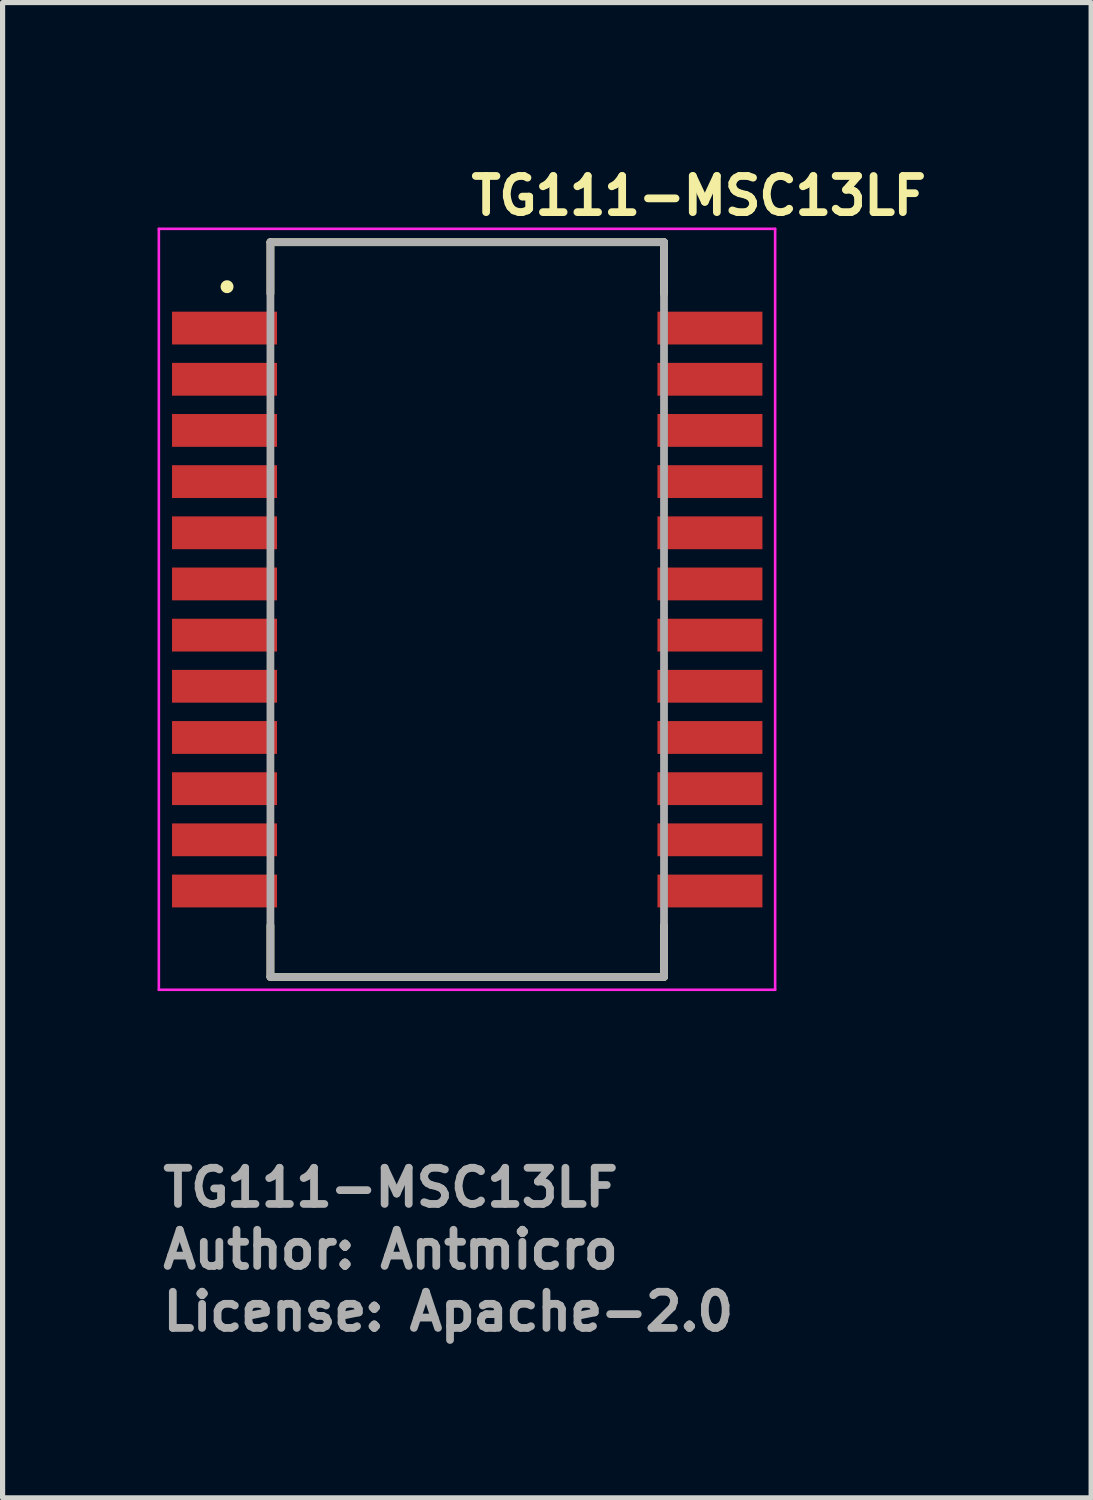
<source format=kicad_pcb>
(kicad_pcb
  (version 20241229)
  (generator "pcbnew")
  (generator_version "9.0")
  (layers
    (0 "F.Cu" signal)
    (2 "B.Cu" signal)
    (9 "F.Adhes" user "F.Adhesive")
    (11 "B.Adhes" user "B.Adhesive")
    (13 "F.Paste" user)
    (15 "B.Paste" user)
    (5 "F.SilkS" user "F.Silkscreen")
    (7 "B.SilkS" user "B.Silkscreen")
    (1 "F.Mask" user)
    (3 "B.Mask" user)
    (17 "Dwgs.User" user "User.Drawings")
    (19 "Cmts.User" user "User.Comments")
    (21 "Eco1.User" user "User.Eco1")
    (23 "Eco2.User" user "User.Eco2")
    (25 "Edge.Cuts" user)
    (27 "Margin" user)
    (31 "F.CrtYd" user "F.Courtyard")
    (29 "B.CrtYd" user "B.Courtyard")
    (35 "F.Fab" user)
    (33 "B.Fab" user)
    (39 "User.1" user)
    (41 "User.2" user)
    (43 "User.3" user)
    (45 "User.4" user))
  (footprint "TG111-MSC13LF"
    (layer "F.Cu")
    (at 5.995 8.75)
    (property "Reference" "TG111-MSC13LF" (at 0 -7.6 0) (layer "F.SilkS") (effects (font (size 0.7 0.7) (thickness 0.15)) (justify left bottom)))
    (attr smd)
    (fp_line (start -3.81 -7.112) (end 3.809 -7.112) (stroke (width 0.15) (type solid)) (layer "F.SilkS"))
    (fp_line (start -3.81 -6.116) (end -3.81 -7.112) (stroke (width 0.15) (type solid)) (layer "F.SilkS"))
    (fp_line (start -3.81 7.111) (end -3.81 6.115) (stroke (width 0.15) (type solid)) (layer "F.SilkS"))
    (fp_line (start 3.809 -7.112) (end 3.809 -6.116) (stroke (width 0.15) (type solid)) (layer "F.SilkS"))
    (fp_line (start 3.809 7.111) (end -3.81 7.111) (stroke (width 0.15) (type solid)) (layer "F.SilkS"))
    (fp_line (start 3.809 7.111) (end 3.809 6.115) (stroke (width 0.15) (type solid)) (layer "F.SilkS"))
    (fp_circle (center -4.65 -6.25) (end -4.6 -6.25) (stroke (width 0.15) (type solid)) (fill yes) (layer "F.SilkS"))
    (fp_line (start -5.97 -7.37) (end -5.97 7.36) (stroke (width 0.05) (type solid)) (layer "F.CrtYd"))
    (fp_line (start -5.97 7.36) (end 5.96 7.36) (stroke (width 0.05) (type solid)) (layer "F.CrtYd"))
    (fp_line (start 5.96 -7.37) (end -5.97 -7.37) (stroke (width 0.05) (type solid)) (layer "F.CrtYd"))
    (fp_line (start 5.96 7.36) (end 5.96 -7.37) (stroke (width 0.05) (type solid)) (layer "F.CrtYd"))
    (fp_line (start -3.81 -7.112) (end 3.809 -7.112) (stroke (width 0.15) (type solid)) (layer "F.Fab"))
    (fp_line (start -3.81 7.111) (end -3.81 -7.112) (stroke (width 0.15) (type solid)) (layer "F.Fab"))
    (fp_line (start 3.809 -7.112) (end 3.809 7.111) (stroke (width 0.15) (type solid)) (layer "F.Fab"))
    (fp_line (start 3.809 7.111) (end -3.81 7.111) (stroke (width 0.15) (type solid)) (layer "F.Fab"))
    (fp_line (start -5.46 -5.64) (end -5.46 -5.23) (stroke (width 0.1) (type solid)) (layer "User.9"))
    (fp_line (start -5.46 -5.64) (end -5.043 -5.64) (stroke (width 0.1) (type solid)) (layer "User.9"))
    (fp_line (start -5.46 -5.23) (end -5.043 -5.23) (stroke (width 0.1) (type solid)) (layer "User.9"))
    (fp_line (start -5.46 -4.65) (end -5.46 -4.24) (stroke (width 0.1) (type solid)) (layer "User.9"))
    (fp_line (start -5.46 -4.65) (end -5.043 -4.65) (stroke (width 0.1) (type solid)) (layer "User.9"))
    (fp_line (start -5.46 -4.24) (end -5.043 -4.24) (stroke (width 0.1) (type solid)) (layer "User.9"))
    (fp_line (start -5.46 -3.66) (end -5.46 -3.25) (stroke (width 0.1) (type solid)) (layer "User.9"))
    (fp_line (start -5.46 -3.66) (end -5.043 -3.66) (stroke (width 0.1) (type solid)) (layer "User.9"))
    (fp_line (start -5.46 -3.25) (end -5.043 -3.25) (stroke (width 0.1) (type solid)) (layer "User.9"))
    (fp_line (start -5.46 -2.67) (end -5.46 -2.26) (stroke (width 0.1) (type solid)) (layer "User.9"))
    (fp_line (start -5.46 -2.67) (end -5.043 -2.67) (stroke (width 0.1) (type solid)) (layer "User.9"))
    (fp_line (start -5.46 -2.26) (end -5.043 -2.26) (stroke (width 0.1) (type solid)) (layer "User.9"))
    (fp_line (start -5.46 -1.68) (end -5.46 -1.27) (stroke (width 0.1) (type solid)) (layer "User.9"))
    (fp_line (start -5.46 -1.68) (end -5.043 -1.68) (stroke (width 0.1) (type solid)) (layer "User.9"))
    (fp_line (start -5.46 -1.27) (end -5.043 -1.27) (stroke (width 0.1) (type solid)) (layer "User.9"))
    (fp_line (start -5.46 -0.69) (end -5.46 -0.28) (stroke (width 0.1) (type solid)) (layer "User.9"))
    (fp_line (start -5.46 -0.69) (end -5.043 -0.69) (stroke (width 0.1) (type solid)) (layer "User.9"))
    (fp_line (start -5.46 -0.28) (end -5.043 -0.28) (stroke (width 0.1) (type solid)) (layer "User.9"))
    (fp_line (start -5.46 0.3) (end -5.46 0.71) (stroke (width 0.1) (type solid)) (layer "User.9"))
    (fp_line (start -5.46 0.3) (end -5.043 0.3) (stroke (width 0.1) (type solid)) (layer "User.9"))
    (fp_line (start -5.46 0.71) (end -5.043 0.71) (stroke (width 0.1) (type solid)) (layer "User.9"))
    (fp_line (start -5.46 1.29) (end -5.46 1.7) (stroke (width 0.1) (type solid)) (layer "User.9"))
    (fp_line (start -5.46 1.29) (end -5.043 1.29) (stroke (width 0.1) (type solid)) (layer "User.9"))
    (fp_line (start -5.46 1.7) (end -5.043 1.7) (stroke (width 0.1) (type solid)) (layer "User.9"))
    (fp_line (start -5.46 2.28) (end -5.46 2.69) (stroke (width 0.1) (type solid)) (layer "User.9"))
    (fp_line (start -5.46 2.28) (end -5.043 2.28) (stroke (width 0.1) (type solid)) (layer "User.9"))
    (fp_line (start -5.46 2.69) (end -5.043 2.69) (stroke (width 0.1) (type solid)) (layer "User.9"))
    (fp_line (start -5.46 3.27) (end -5.46 3.68) (stroke (width 0.1) (type solid)) (layer "User.9"))
    (fp_line (start -5.46 3.27) (end -5.043 3.27) (stroke (width 0.1) (type solid)) (layer "User.9"))
    (fp_line (start -5.46 3.68) (end -5.043 3.68) (stroke (width 0.1) (type solid)) (layer "User.9"))
    (fp_line (start -5.46 4.26) (end -5.46 4.67) (stroke (width 0.1) (type solid)) (layer "User.9"))
    (fp_line (start -5.46 4.26) (end -5.043 4.26) (stroke (width 0.1) (type solid)) (layer "User.9"))
    (fp_line (start -5.46 4.67) (end -5.043 4.67) (stroke (width 0.1) (type solid)) (layer "User.9"))
    (fp_line (start -5.46 5.25) (end -5.46 5.66) (stroke (width 0.1) (type solid)) (layer "User.9"))
    (fp_line (start -5.46 5.25) (end -5.043 5.25) (stroke (width 0.1) (type solid)) (layer "User.9"))
    (fp_line (start -5.46 5.66) (end -5.043 5.66) (stroke (width 0.1) (type solid)) (layer "User.9"))
    (fp_line (start -5.043 -5.64) (end -5.043 -5.23) (stroke (width 0.1) (type solid)) (layer "User.9"))
    (fp_line (start -5.043 -5.64) (end -4.541 -5.64) (stroke (width 0.1) (type solid)) (layer "User.9"))
    (fp_line (start -5.043 -5.23) (end -4.541 -5.23) (stroke (width 0.1) (type solid)) (layer "User.9"))
    (fp_line (start -5.043 -4.65) (end -5.043 -4.24) (stroke (width 0.1) (type solid)) (layer "User.9"))
    (fp_line (start -5.043 -4.65) (end -4.541 -4.65) (stroke (width 0.1) (type solid)) (layer "User.9"))
    (fp_line (start -5.043 -4.24) (end -4.541 -4.24) (stroke (width 0.1) (type solid)) (layer "User.9"))
    (fp_line (start -5.043 -3.66) (end -5.043 -3.25) (stroke (width 0.1) (type solid)) (layer "User.9"))
    (fp_line (start -5.043 -3.66) (end -4.541 -3.66) (stroke (width 0.1) (type solid)) (layer "User.9"))
    (fp_line (start -5.043 -3.25) (end -4.541 -3.25) (stroke (width 0.1) (type solid)) (layer "User.9"))
    (fp_line (start -5.043 -2.67) (end -5.043 -2.26) (stroke (width 0.1) (type solid)) (layer "User.9"))
    (fp_line (start -5.043 -2.67) (end -4.541 -2.67) (stroke (width 0.1) (type solid)) (layer "User.9"))
    (fp_line (start -5.043 -2.26) (end -4.541 -2.26) (stroke (width 0.1) (type solid)) (layer "User.9"))
    (fp_line (start -5.043 -1.68) (end -5.043 -1.27) (stroke (width 0.1) (type solid)) (layer "User.9"))
    (fp_line (start -5.043 -1.68) (end -4.541 -1.68) (stroke (width 0.1) (type solid)) (layer "User.9"))
    (fp_line (start -5.043 -1.27) (end -4.541 -1.27) (stroke (width 0.1) (type solid)) (layer "User.9"))
    (fp_line (start -5.043 -0.69) (end -5.043 -0.28) (stroke (width 0.1) (type solid)) (layer "User.9"))
    (fp_line (start -5.043 -0.69) (end -4.541 -0.69) (stroke (width 0.1) (type solid)) (layer "User.9"))
    (fp_line (start -5.043 -0.28) (end -4.541 -0.28) (stroke (width 0.1) (type solid)) (layer "User.9"))
    (fp_line (start -5.043 0.3) (end -5.043 0.71) (stroke (width 0.1) (type solid)) (layer "User.9"))
    (fp_line (start -5.043 0.3) (end -4.541 0.3) (stroke (width 0.1) (type solid)) (layer "User.9"))
    (fp_line (start -5.043 0.71) (end -4.541 0.71) (stroke (width 0.1) (type solid)) (layer "User.9"))
    (fp_line (start -5.043 1.29) (end -5.043 1.7) (stroke (width 0.1) (type solid)) (layer "User.9"))
    (fp_line (start -5.043 1.29) (end -4.541 1.29) (stroke (width 0.1) (type solid)) (layer "User.9"))
    (fp_line (start -5.043 1.7) (end -4.541 1.7) (stroke (width 0.1) (type solid)) (layer "User.9"))
    (fp_line (start -5.043 2.28) (end -5.043 2.69) (stroke (width 0.1) (type solid)) (layer "User.9"))
    (fp_line (start -5.043 2.28) (end -4.541 2.28) (stroke (width 0.1) (type solid)) (layer "User.9"))
    (fp_line (start -5.043 2.69) (end -4.541 2.69) (stroke (width 0.1) (type solid)) (layer "User.9"))
    (fp_line (start -5.043 3.27) (end -5.043 3.68) (stroke (width 0.1) (type solid)) (layer "User.9"))
    (fp_line (start -5.043 3.27) (end -4.541 3.27) (stroke (width 0.1) (type solid)) (layer "User.9"))
    (fp_line (start -5.043 3.68) (end -4.541 3.68) (stroke (width 0.1) (type solid)) (layer "User.9"))
    (fp_line (start -5.043 4.26) (end -5.043 4.67) (stroke (width 0.1) (type solid)) (layer "User.9"))
    (fp_line (start -5.043 4.26) (end -4.541 4.26) (stroke (width 0.1) (type solid)) (layer "User.9"))
    (fp_line (start -5.043 4.67) (end -4.541 4.67) (stroke (width 0.1) (type solid)) (layer "User.9"))
    (fp_line (start -5.043 5.25) (end -5.043 5.66) (stroke (width 0.1) (type solid)) (layer "User.9"))
    (fp_line (start -5.043 5.25) (end -4.541 5.25) (stroke (width 0.1) (type solid)) (layer "User.9"))
    (fp_line (start -5.043 5.66) (end -4.541 5.66) (stroke (width 0.1) (type solid)) (layer "User.9"))
    (fp_line (start -4.541 -5.64) (end -4.45 -5.64) (stroke (width 0.1) (type solid)) (layer "User.9"))
    (fp_line (start -4.541 -5.23) (end -4.45 -5.23) (stroke (width 0.1) (type solid)) (layer "User.9"))
    (fp_line (start -4.541 -4.65) (end -4.45 -4.65) (stroke (width 0.1) (type solid)) (layer "User.9"))
    (fp_line (start -4.541 -4.24) (end -4.45 -4.24) (stroke (width 0.1) (type solid)) (layer "User.9"))
    (fp_line (start -4.541 -3.66) (end -4.45 -3.66) (stroke (width 0.1) (type solid)) (layer "User.9"))
    (fp_line (start -4.541 -3.25) (end -4.45 -3.25) (stroke (width 0.1) (type solid)) (layer "User.9"))
    (fp_line (start -4.541 -2.67) (end -4.45 -2.67) (stroke (width 0.1) (type solid)) (layer "User.9"))
    (fp_line (start -4.541 -2.26) (end -4.45 -2.26) (stroke (width 0.1) (type solid)) (layer "User.9"))
    (fp_line (start -4.541 -1.68) (end -4.45 -1.68) (stroke (width 0.1) (type solid)) (layer "User.9"))
    (fp_line (start -4.541 -1.27) (end -4.45 -1.27) (stroke (width 0.1) (type solid)) (layer "User.9"))
    (fp_line (start -4.541 -0.69) (end -4.45 -0.69) (stroke (width 0.1) (type solid)) (layer "User.9"))
    (fp_line (start -4.541 -0.28) (end -4.45 -0.28) (stroke (width 0.1) (type solid)) (layer "User.9"))
    (fp_line (start -4.541 0.3) (end -4.45 0.3) (stroke (width 0.1) (type solid)) (layer "User.9"))
    (fp_line (start -4.541 0.71) (end -4.45 0.71) (stroke (width 0.1) (type solid)) (layer "User.9"))
    (fp_line (start -4.541 1.29) (end -4.45 1.29) (stroke (width 0.1) (type solid)) (layer "User.9"))
    (fp_line (start -4.541 1.7) (end -4.45 1.7) (stroke (width 0.1) (type solid)) (layer "User.9"))
    (fp_line (start -4.541 2.28) (end -4.45 2.28) (stroke (width 0.1) (type solid)) (layer "User.9"))
    (fp_line (start -4.541 2.69) (end -4.45 2.69) (stroke (width 0.1) (type solid)) (layer "User.9"))
    (fp_line (start -4.541 3.27) (end -4.45 3.27) (stroke (width 0.1) (type solid)) (layer "User.9"))
    (fp_line (start -4.541 3.68) (end -4.45 3.68) (stroke (width 0.1) (type solid)) (layer "User.9"))
    (fp_line (start -4.541 4.26) (end -4.45 4.26) (stroke (width 0.1) (type solid)) (layer "User.9"))
    (fp_line (start -4.541 4.67) (end -4.45 4.67) (stroke (width 0.1) (type solid)) (layer "User.9"))
    (fp_line (start -4.541 5.25) (end -4.45 5.25) (stroke (width 0.1) (type solid)) (layer "User.9"))
    (fp_line (start -4.541 5.66) (end -4.45 5.66) (stroke (width 0.1) (type solid)) (layer "User.9"))
    (fp_line (start -4.45 -5.64) (end -4.45 -5.23) (stroke (width 0.1) (type solid)) (layer "User.9"))
    (fp_line (start -4.45 -5.64) (end -3.81 -5.64) (stroke (width 0.1) (type solid)) (layer "User.9"))
    (fp_line (start -4.45 -5.23) (end -3.81 -5.23) (stroke (width 0.1) (type solid)) (layer "User.9"))
    (fp_line (start -4.45 -4.65) (end -4.45 -4.24) (stroke (width 0.1) (type solid)) (layer "User.9"))
    (fp_line (start -4.45 -4.65) (end -3.81 -4.65) (stroke (width 0.1) (type solid)) (layer "User.9"))
    (fp_line (start -4.45 -4.24) (end -3.81 -4.24) (stroke (width 0.1) (type solid)) (layer "User.9"))
    (fp_line (start -4.45 -3.66) (end -4.45 -3.25) (stroke (width 0.1) (type solid)) (layer "User.9"))
    (fp_line (start -4.45 -3.66) (end -3.81 -3.66) (stroke (width 0.1) (type solid)) (layer "User.9"))
    (fp_line (start -4.45 -3.25) (end -3.81 -3.25) (stroke (width 0.1) (type solid)) (layer "User.9"))
    (fp_line (start -4.45 -2.67) (end -4.45 -2.26) (stroke (width 0.1) (type solid)) (layer "User.9"))
    (fp_line (start -4.45 -2.67) (end -3.81 -2.67) (stroke (width 0.1) (type solid)) (layer "User.9"))
    (fp_line (start -4.45 -2.26) (end -3.81 -2.26) (stroke (width 0.1) (type solid)) (layer "User.9"))
    (fp_line (start -4.45 -1.68) (end -4.45 -1.27) (stroke (width 0.1) (type solid)) (layer "User.9"))
    (fp_line (start -4.45 -1.68) (end -3.81 -1.68) (stroke (width 0.1) (type solid)) (layer "User.9"))
    (fp_line (start -4.45 -1.27) (end -3.81 -1.27) (stroke (width 0.1) (type solid)) (layer "User.9"))
    (fp_line (start -4.45 -0.69) (end -4.45 -0.28) (stroke (width 0.1) (type solid)) (layer "User.9"))
    (fp_line (start -4.45 -0.69) (end -3.81 -0.69) (stroke (width 0.1) (type solid)) (layer "User.9"))
    (fp_line (start -4.45 -0.28) (end -3.81 -0.28) (stroke (width 0.1) (type solid)) (layer "User.9"))
    (fp_line (start -4.45 0.3) (end -4.45 0.71) (stroke (width 0.1) (type solid)) (layer "User.9"))
    (fp_line (start -4.45 0.3) (end -3.81 0.3) (stroke (width 0.1) (type solid)) (layer "User.9"))
    (fp_line (start -4.45 0.71) (end -3.81 0.71) (stroke (width 0.1) (type solid)) (layer "User.9"))
    (fp_line (start -4.45 1.29) (end -4.45 1.7) (stroke (width 0.1) (type solid)) (layer "User.9"))
    (fp_line (start -4.45 1.29) (end -3.81 1.29) (stroke (width 0.1) (type solid)) (layer "User.9"))
    (fp_line (start -4.45 1.7) (end -3.81 1.7) (stroke (width 0.1) (type solid)) (layer "User.9"))
    (fp_line (start -4.45 2.28) (end -4.45 2.69) (stroke (width 0.1) (type solid)) (layer "User.9"))
    (fp_line (start -4.45 2.28) (end -3.81 2.28) (stroke (width 0.1) (type solid)) (layer "User.9"))
    (fp_line (start -4.45 2.69) (end -3.81 2.69) (stroke (width 0.1) (type solid)) (layer "User.9"))
    (fp_line (start -4.45 3.27) (end -4.45 3.68) (stroke (width 0.1) (type solid)) (layer "User.9"))
    (fp_line (start -4.45 3.27) (end -3.81 3.27) (stroke (width 0.1) (type solid)) (layer "User.9"))
    (fp_line (start -4.45 3.68) (end -3.81 3.68) (stroke (width 0.1) (type solid)) (layer "User.9"))
    (fp_line (start -4.45 4.26) (end -4.45 4.67) (stroke (width 0.1) (type solid)) (layer "User.9"))
    (fp_line (start -4.45 4.26) (end -3.81 4.26) (stroke (width 0.1) (type solid)) (layer "User.9"))
    (fp_line (start -4.45 4.67) (end -3.81 4.67) (stroke (width 0.1) (type solid)) (layer "User.9"))
    (fp_line (start -4.45 5.25) (end -4.45 5.66) (stroke (width 0.1) (type solid)) (layer "User.9"))
    (fp_line (start -4.45 5.25) (end -3.81 5.25) (stroke (width 0.1) (type solid)) (layer "User.9"))
    (fp_line (start -4.45 5.66) (end -3.81 5.66) (stroke (width 0.1) (type solid)) (layer "User.9"))
    (fp_line (start -3.81 -6.595) (end -3.81 6.625) (stroke (width 0.1) (type solid)) (layer "User.9"))
    (fp_line (start -3.81 -6.595) (end -3.806 -6.655) (stroke (width 0.1) (type solid)) (layer "User.9"))
    (fp_line (start -3.81 -6.595) (end -3.806 -6.655) (stroke (width 0.1) (type solid)) (layer "User.9"))
    (fp_line (start -3.81 6.625) (end -3.806 6.685) (stroke (width 0.1) (type solid)) (layer "User.9"))
    (fp_line (start -3.81 6.625) (end -3.806 6.685) (stroke (width 0.1) (type solid)) (layer "User.9"))
    (fp_line (start -3.807 -6.595) (end -3.81 -6.595) (stroke (width 0.1) (type solid)) (layer "User.9"))
    (fp_line (start -3.807 6.625) (end -3.81 6.625) (stroke (width 0.1) (type solid)) (layer "User.9"))
    (fp_line (start -3.806 -6.655) (end -3.795 -6.715) (stroke (width 0.1) (type solid)) (layer "User.9"))
    (fp_line (start -3.806 -6.655) (end -3.795 -6.715) (stroke (width 0.1) (type solid)) (layer "User.9"))
    (fp_line (start -3.806 6.685) (end -3.795 6.745) (stroke (width 0.1) (type solid)) (layer "User.9"))
    (fp_line (start -3.806 6.685) (end -3.795 6.745) (stroke (width 0.1) (type solid)) (layer "User.9"))
    (fp_line (start -3.797 -6.595) (end -3.807 -6.595) (stroke (width 0.1) (type solid)) (layer "User.9"))
    (fp_line (start -3.797 6.625) (end -3.807 6.625) (stroke (width 0.1) (type solid)) (layer "User.9"))
    (fp_line (start -3.795 -6.715) (end -3.778 -6.772) (stroke (width 0.1) (type solid)) (layer "User.9"))
    (fp_line (start -3.795 -6.715) (end -3.778 -6.772) (stroke (width 0.1) (type solid)) (layer "User.9"))
    (fp_line (start -3.795 6.745) (end -3.778 6.802) (stroke (width 0.1) (type solid)) (layer "User.9"))
    (fp_line (start -3.795 6.745) (end -3.778 6.802) (stroke (width 0.1) (type solid)) (layer "User.9"))
    (fp_line (start -3.782 -6.595) (end -3.797 -6.595) (stroke (width 0.1) (type solid)) (layer "User.9"))
    (fp_line (start -3.782 6.625) (end -3.797 6.625) (stroke (width 0.1) (type solid)) (layer "User.9"))
    (fp_line (start -3.778 -6.772) (end -3.753 -6.827) (stroke (width 0.1) (type solid)) (layer "User.9"))
    (fp_line (start -3.778 -6.772) (end -3.753 -6.827) (stroke (width 0.1) (type solid)) (layer "User.9"))
    (fp_line (start -3.778 6.802) (end -3.753 6.857) (stroke (width 0.1) (type solid)) (layer "User.9"))
    (fp_line (start -3.778 6.802) (end -3.753 6.857) (stroke (width 0.1) (type solid)) (layer "User.9"))
    (fp_line (start -3.76 -6.595) (end -3.782 -6.595) (stroke (width 0.1) (type solid)) (layer "User.9"))
    (fp_line (start -3.76 6.625) (end -3.782 6.625) (stroke (width 0.1) (type solid)) (layer "User.9"))
    (fp_line (start -3.753 -6.827) (end -3.721 -6.879) (stroke (width 0.1) (type solid)) (layer "User.9"))
    (fp_line (start -3.753 -6.827) (end -3.721 -6.879) (stroke (width 0.1) (type solid)) (layer "User.9"))
    (fp_line (start -3.753 6.857) (end -3.721 6.909) (stroke (width 0.1) (type solid)) (layer "User.9"))
    (fp_line (start -3.753 6.857) (end -3.721 6.909) (stroke (width 0.1) (type solid)) (layer "User.9"))
    (fp_line (start -3.733 -6.595) (end -3.76 -6.595) (stroke (width 0.1) (type solid)) (layer "User.9"))
    (fp_line (start -3.733 6.625) (end -3.76 6.625) (stroke (width 0.1) (type solid)) (layer "User.9"))
    (fp_line (start -3.721 -6.879) (end -3.684 -6.927) (stroke (width 0.1) (type solid)) (layer "User.9"))
    (fp_line (start -3.721 -6.879) (end -3.684 -6.927) (stroke (width 0.1) (type solid)) (layer "User.9"))
    (fp_line (start -3.721 6.909) (end -3.684 6.957) (stroke (width 0.1) (type solid)) (layer "User.9"))
    (fp_line (start -3.721 6.909) (end -3.684 6.957) (stroke (width 0.1) (type solid)) (layer "User.9"))
    (fp_line (start -3.701 -6.595) (end -3.733 -6.595) (stroke (width 0.1) (type solid)) (layer "User.9"))
    (fp_line (start -3.701 6.625) (end -3.733 6.625) (stroke (width 0.1) (type solid)) (layer "User.9"))
    (fp_line (start -3.684 -6.927) (end -3.642 -6.969) (stroke (width 0.1) (type solid)) (layer "User.9"))
    (fp_line (start -3.684 -6.927) (end -3.642 -6.969) (stroke (width 0.1) (type solid)) (layer "User.9"))
    (fp_line (start -3.684 6.957) (end -3.642 6.999) (stroke (width 0.1) (type solid)) (layer "User.9"))
    (fp_line (start -3.684 6.957) (end -3.642 6.999) (stroke (width 0.1) (type solid)) (layer "User.9"))
    (fp_line (start -3.664 -6.595) (end -3.701 -6.595) (stroke (width 0.1) (type solid)) (layer "User.9"))
    (fp_line (start -3.664 6.625) (end -3.701 6.625) (stroke (width 0.1) (type solid)) (layer "User.9"))
    (fp_line (start -3.642 -6.969) (end -3.594 -7.006) (stroke (width 0.1) (type solid)) (layer "User.9"))
    (fp_line (start -3.642 -6.969) (end -3.594 -7.006) (stroke (width 0.1) (type solid)) (layer "User.9"))
    (fp_line (start -3.642 6.999) (end -3.594 7.036) (stroke (width 0.1) (type solid)) (layer "User.9"))
    (fp_line (start -3.642 6.999) (end -3.594 7.036) (stroke (width 0.1) (type solid)) (layer "User.9"))
    (fp_line (start -3.622 -6.595) (end -3.664 -6.595) (stroke (width 0.1) (type solid)) (layer "User.9"))
    (fp_line (start -3.622 6.625) (end -3.664 6.625) (stroke (width 0.1) (type solid)) (layer "User.9"))
    (fp_line (start -3.594 -7.006) (end -3.542 -7.038) (stroke (width 0.1) (type solid)) (layer "User.9"))
    (fp_line (start -3.594 -7.006) (end -3.542 -7.038) (stroke (width 0.1) (type solid)) (layer "User.9"))
    (fp_line (start -3.594 7.036) (end -3.542 7.068) (stroke (width 0.1) (type solid)) (layer "User.9"))
    (fp_line (start -3.594 7.036) (end -3.542 7.068) (stroke (width 0.1) (type solid)) (layer "User.9"))
    (fp_line (start -3.576 -6.595) (end -3.622 -6.595) (stroke (width 0.1) (type solid)) (layer "User.9"))
    (fp_line (start -3.576 6.625) (end -3.622 6.625) (stroke (width 0.1) (type solid)) (layer "User.9"))
    (fp_line (start -3.542 -7.038) (end -3.487 -7.063) (stroke (width 0.1) (type solid)) (layer "User.9"))
    (fp_line (start -3.542 -7.038) (end -3.487 -7.063) (stroke (width 0.1) (type solid)) (layer "User.9"))
    (fp_line (start -3.542 7.068) (end -3.487 7.093) (stroke (width 0.1) (type solid)) (layer "User.9"))
    (fp_line (start -3.542 7.068) (end -3.487 7.093) (stroke (width 0.1) (type solid)) (layer "User.9"))
    (fp_line (start -3.527 -6.595) (end -3.576 -6.595) (stroke (width 0.1) (type solid)) (layer "User.9"))
    (fp_line (start -3.527 6.625) (end -3.576 6.625) (stroke (width 0.1) (type solid)) (layer "User.9"))
    (fp_line (start -3.487 -7.063) (end -3.43 -7.08) (stroke (width 0.1) (type solid)) (layer "User.9"))
    (fp_line (start -3.487 -7.063) (end -3.43 -7.08) (stroke (width 0.1) (type solid)) (layer "User.9"))
    (fp_line (start -3.487 7.093) (end -3.43 7.11) (stroke (width 0.1) (type solid)) (layer "User.9"))
    (fp_line (start -3.487 7.093) (end -3.43 7.11) (stroke (width 0.1) (type solid)) (layer "User.9"))
    (fp_line (start -3.475 -6.595) (end -3.527 -6.595) (stroke (width 0.1) (type solid)) (layer "User.9"))
    (fp_line (start -3.475 6.625) (end -3.527 6.625) (stroke (width 0.1) (type solid)) (layer "User.9"))
    (fp_line (start -3.43 -7.08) (end -3.37 -7.091) (stroke (width 0.1) (type solid)) (layer "User.9"))
    (fp_line (start -3.43 -7.08) (end -3.37 -7.091) (stroke (width 0.1) (type solid)) (layer "User.9"))
    (fp_line (start -3.43 7.11) (end -3.37 7.121) (stroke (width 0.1) (type solid)) (layer "User.9"))
    (fp_line (start -3.43 7.11) (end -3.37 7.121) (stroke (width 0.1) (type solid)) (layer "User.9"))
    (fp_line (start -3.421 -6.595) (end -3.475 -6.595) (stroke (width 0.1) (type solid)) (layer "User.9"))
    (fp_line (start -3.421 6.625) (end -3.475 6.625) (stroke (width 0.1) (type solid)) (layer "User.9"))
    (fp_line (start -3.37 -7.091) (end -3.31 -7.095) (stroke (width 0.1) (type solid)) (layer "User.9"))
    (fp_line (start -3.37 -7.091) (end -3.31 -7.095) (stroke (width 0.1) (type solid)) (layer "User.9"))
    (fp_line (start -3.37 7.121) (end -3.31 7.125) (stroke (width 0.1) (type solid)) (layer "User.9"))
    (fp_line (start -3.37 7.121) (end -3.31 7.125) (stroke (width 0.1) (type solid)) (layer "User.9"))
    (fp_line (start -3.366 -6.595) (end -3.421 -6.595) (stroke (width 0.1) (type solid)) (layer "User.9"))
    (fp_line (start -3.366 6.625) (end -3.421 6.625) (stroke (width 0.1) (type solid)) (layer "User.9"))
    (fp_line (start -3.31 -7.092) (end -3.31 -7.095) (stroke (width 0.1) (type solid)) (layer "User.9"))
    (fp_line (start -3.31 -7.082) (end -3.31 -7.092) (stroke (width 0.1) (type solid)) (layer "User.9"))
    (fp_line (start -3.31 -7.067) (end -3.31 -7.082) (stroke (width 0.1) (type solid)) (layer "User.9"))
    (fp_line (start -3.31 -7.045) (end -3.31 -7.067) (stroke (width 0.1) (type solid)) (layer "User.9"))
    (fp_line (start -3.31 -7.018) (end -3.31 -7.045) (stroke (width 0.1) (type solid)) (layer "User.9"))
    (fp_line (start -3.31 -6.986) (end -3.31 -7.018) (stroke (width 0.1) (type solid)) (layer "User.9"))
    (fp_line (start -3.31 -6.949) (end -3.31 -6.986) (stroke (width 0.1) (type solid)) (layer "User.9"))
    (fp_line (start -3.31 -6.907) (end -3.31 -6.949) (stroke (width 0.1) (type solid)) (layer "User.9"))
    (fp_line (start -3.31 -6.861) (end -3.31 -6.907) (stroke (width 0.1) (type solid)) (layer "User.9"))
    (fp_line (start -3.31 -6.812) (end -3.31 -6.861) (stroke (width 0.1) (type solid)) (layer "User.9"))
    (fp_line (start -3.31 -6.76) (end -3.31 -6.812) (stroke (width 0.1) (type solid)) (layer "User.9"))
    (fp_line (start -3.31 -6.706) (end -3.31 -6.76) (stroke (width 0.1) (type solid)) (layer "User.9"))
    (fp_line (start -3.31 -6.651) (end -3.31 -6.706) (stroke (width 0.1) (type solid)) (layer "User.9"))
    (fp_line (start -3.31 -6.595) (end -3.366 -6.595) (stroke (width 0.1) (type solid)) (layer "User.9"))
    (fp_line (start -3.31 -6.595) (end -3.31 -6.651) (stroke (width 0.1) (type solid)) (layer "User.9"))
    (fp_line (start -3.31 -6.595) (end -3.31 6.625) (stroke (width 0.1) (type solid)) (layer "User.9"))
    (fp_line (start -3.31 6.625) (end -3.366 6.625) (stroke (width 0.1) (type solid)) (layer "User.9"))
    (fp_line (start -3.31 6.625) (end -3.31 6.681) (stroke (width 0.1) (type solid)) (layer "User.9"))
    (fp_line (start -3.31 6.625) (end 3.31 6.625) (stroke (width 0.1) (type solid)) (layer "User.9"))
    (fp_line (start -3.31 6.681) (end -3.31 6.736) (stroke (width 0.1) (type solid)) (layer "User.9"))
    (fp_line (start -3.31 6.736) (end -3.31 6.79) (stroke (width 0.1) (type solid)) (layer "User.9"))
    (fp_line (start -3.31 6.79) (end -3.31 6.842) (stroke (width 0.1) (type solid)) (layer "User.9"))
    (fp_line (start -3.31 6.842) (end -3.31 6.891) (stroke (width 0.1) (type solid)) (layer "User.9"))
    (fp_line (start -3.31 6.891) (end -3.31 6.937) (stroke (width 0.1) (type solid)) (layer "User.9"))
    (fp_line (start -3.31 6.937) (end -3.31 6.979) (stroke (width 0.1) (type solid)) (layer "User.9"))
    (fp_line (start -3.31 6.979) (end -3.31 7.016) (stroke (width 0.1) (type solid)) (layer "User.9"))
    (fp_line (start -3.31 7.016) (end -3.31 7.048) (stroke (width 0.1) (type solid)) (layer "User.9"))
    (fp_line (start -3.31 7.048) (end -3.31 7.075) (stroke (width 0.1) (type solid)) (layer "User.9"))
    (fp_line (start -3.31 7.075) (end -3.31 7.097) (stroke (width 0.1) (type solid)) (layer "User.9"))
    (fp_line (start -3.31 7.097) (end -3.31 7.112) (stroke (width 0.1) (type solid)) (layer "User.9"))
    (fp_line (start -3.31 7.112) (end -3.31 7.122) (stroke (width 0.1) (type solid)) (layer "User.9"))
    (fp_line (start -3.31 7.122) (end -3.31 7.125) (stroke (width 0.1) (type solid)) (layer "User.9"))
    (fp_line (start -3.31 7.125) (end 3.31 7.125) (stroke (width 0.1) (type solid)) (layer "User.9"))
    (fp_line (start -2.791 -5.417) (end -2.785 -5.347) (stroke (width 0.1) (type solid)) (layer "User.9"))
    (fp_line (start -2.789 -5.488) (end -2.791 -5.417) (stroke (width 0.1) (type solid)) (layer "User.9"))
    (fp_line (start -2.785 -5.347) (end -2.772 -5.278) (stroke (width 0.1) (type solid)) (layer "User.9"))
    (fp_line (start -2.779 -5.558) (end -2.789 -5.488) (stroke (width 0.1) (type solid)) (layer "User.9"))
    (fp_line (start -2.772 -5.278) (end -2.751 -5.21) (stroke (width 0.1) (type solid)) (layer "User.9"))
    (fp_line (start -2.762 -5.626) (end -2.779 -5.558) (stroke (width 0.1) (type solid)) (layer "User.9"))
    (fp_line (start -2.751 -5.21) (end -2.722 -5.145) (stroke (width 0.1) (type solid)) (layer "User.9"))
    (fp_line (start -2.737 -5.693) (end -2.762 -5.626) (stroke (width 0.1) (type solid)) (layer "User.9"))
    (fp_line (start -2.722 -5.145) (end -2.687 -5.084) (stroke (width 0.1) (type solid)) (layer "User.9"))
    (fp_line (start -2.705 -5.756) (end -2.737 -5.693) (stroke (width 0.1) (type solid)) (layer "User.9"))
    (fp_line (start -2.687 -5.084) (end -2.645 -5.027) (stroke (width 0.1) (type solid)) (layer "User.9"))
    (fp_line (start -2.667 -5.815) (end -2.705 -5.756) (stroke (width 0.1) (type solid)) (layer "User.9"))
    (fp_line (start -2.645 -5.027) (end -2.597 -4.975) (stroke (width 0.1) (type solid)) (layer "User.9"))
    (fp_line (start -2.622 -5.869) (end -2.667 -5.815) (stroke (width 0.1) (type solid)) (layer "User.9"))
    (fp_line (start -2.597 -4.975) (end -2.544 -4.929) (stroke (width 0.1) (type solid)) (layer "User.9"))
    (fp_line (start -2.571 -5.919) (end -2.622 -5.869) (stroke (width 0.1) (type solid)) (layer "User.9"))
    (fp_line (start -2.544 -4.929) (end -2.486 -4.889) (stroke (width 0.1) (type solid)) (layer "User.9"))
    (fp_line (start -2.515 -5.962) (end -2.571 -5.919) (stroke (width 0.1) (type solid)) (layer "User.9"))
    (fp_line (start -2.486 -4.889) (end -2.424 -4.855) (stroke (width 0.1) (type solid)) (layer "User.9"))
    (fp_line (start -2.455 -5.999) (end -2.515 -5.962) (stroke (width 0.1) (type solid)) (layer "User.9"))
    (fp_line (start -2.424 -4.855) (end -2.358 -4.828) (stroke (width 0.1) (type solid)) (layer "User.9"))
    (fp_line (start -2.391 -6.029) (end -2.455 -5.999) (stroke (width 0.1) (type solid)) (layer "User.9"))
    (fp_line (start -2.358 -4.828) (end -2.29 -4.809) (stroke (width 0.1) (type solid)) (layer "User.9"))
    (fp_line (start -2.324 -6.052) (end -2.391 -6.029) (stroke (width 0.1) (type solid)) (layer "User.9"))
    (fp_line (start -2.29 -4.809) (end -2.221 -4.798) (stroke (width 0.1) (type solid)) (layer "User.9"))
    (fp_line (start -2.256 -6.068) (end -2.324 -6.052) (stroke (width 0.1) (type solid)) (layer "User.9"))
    (fp_line (start -2.221 -4.798) (end -2.15 -4.794) (stroke (width 0.1) (type solid)) (layer "User.9"))
    (fp_line (start -2.185 -6.075) (end -2.256 -6.068) (stroke (width 0.1) (type solid)) (layer "User.9"))
    (fp_line (start -2.15 -4.794) (end -2.079 -4.798) (stroke (width 0.1) (type solid)) (layer "User.9"))
    (fp_line (start -2.115 -6.075) (end -2.185 -6.075) (stroke (width 0.1) (type solid)) (layer "User.9"))
    (fp_line (start -2.079 -4.798) (end -2.01 -4.809) (stroke (width 0.1) (type solid)) (layer "User.9"))
    (fp_line (start -2.044 -6.068) (end -2.115 -6.075) (stroke (width 0.1) (type solid)) (layer "User.9"))
    (fp_line (start -2.01 -4.809) (end -1.942 -4.828) (stroke (width 0.1) (type solid)) (layer "User.9"))
    (fp_line (start -1.976 -6.052) (end -2.044 -6.068) (stroke (width 0.1) (type solid)) (layer "User.9"))
    (fp_line (start -1.942 -4.828) (end -1.876 -4.855) (stroke (width 0.1) (type solid)) (layer "User.9"))
    (fp_line (start -1.909 -6.029) (end -1.976 -6.052) (stroke (width 0.1) (type solid)) (layer "User.9"))
    (fp_line (start -1.876 -4.855) (end -1.814 -4.889) (stroke (width 0.1) (type solid)) (layer "User.9"))
    (fp_line (start -1.845 -5.999) (end -1.909 -6.029) (stroke (width 0.1) (type solid)) (layer "User.9"))
    (fp_line (start -1.814 -4.889) (end -1.756 -4.929) (stroke (width 0.1) (type solid)) (layer "User.9"))
    (fp_line (start -1.785 -5.962) (end -1.845 -5.999) (stroke (width 0.1) (type solid)) (layer "User.9"))
    (fp_line (start -1.756 -4.929) (end -1.703 -4.975) (stroke (width 0.1) (type solid)) (layer "User.9"))
    (fp_line (start -1.729 -5.919) (end -1.785 -5.962) (stroke (width 0.1) (type solid)) (layer "User.9"))
    (fp_line (start -1.703 -4.975) (end -1.655 -5.027) (stroke (width 0.1) (type solid)) (layer "User.9"))
    (fp_line (start -1.678 -5.869) (end -1.729 -5.919) (stroke (width 0.1) (type solid)) (layer "User.9"))
    (fp_line (start -1.655 -5.027) (end -1.613 -5.084) (stroke (width 0.1) (type solid)) (layer "User.9"))
    (fp_line (start -1.633 -5.815) (end -1.678 -5.869) (stroke (width 0.1) (type solid)) (layer "User.9"))
    (fp_line (start -1.613 -5.084) (end -1.578 -5.145) (stroke (width 0.1) (type solid)) (layer "User.9"))
    (fp_line (start -1.595 -5.756) (end -1.633 -5.815) (stroke (width 0.1) (type solid)) (layer "User.9"))
    (fp_line (start -1.578 -5.145) (end -1.549 -5.21) (stroke (width 0.1) (type solid)) (layer "User.9"))
    (fp_line (start -1.563 -5.693) (end -1.595 -5.756) (stroke (width 0.1) (type solid)) (layer "User.9"))
    (fp_line (start -1.549 -5.21) (end -1.528 -5.278) (stroke (width 0.1) (type solid)) (layer "User.9"))
    (fp_line (start -1.538 -5.626) (end -1.563 -5.693) (stroke (width 0.1) (type solid)) (layer "User.9"))
    (fp_line (start -1.528 -5.278) (end -1.515 -5.347) (stroke (width 0.1) (type solid)) (layer "User.9"))
    (fp_line (start -1.521 -5.558) (end -1.538 -5.626) (stroke (width 0.1) (type solid)) (layer "User.9"))
    (fp_line (start -1.515 -5.347) (end -1.509 -5.417) (stroke (width 0.1) (type solid)) (layer "User.9"))
    (fp_line (start -1.511 -5.488) (end -1.521 -5.558) (stroke (width 0.1) (type solid)) (layer "User.9"))
    (fp_line (start -1.509 -5.417) (end -1.511 -5.488) (stroke (width 0.1) (type solid)) (layer "User.9"))
    (fp_line (start 3.31 -7.095) (end -3.31 -7.095) (stroke (width 0.1) (type solid)) (layer "User.9"))
    (fp_line (start 3.31 -7.095) (end 3.37 -7.091) (stroke (width 0.1) (type solid)) (layer "User.9"))
    (fp_line (start 3.31 -7.095) (end 3.37 -7.091) (stroke (width 0.1) (type solid)) (layer "User.9"))
    (fp_line (start 3.31 -7.092) (end 3.31 -7.095) (stroke (width 0.1) (type solid)) (layer "User.9"))
    (fp_line (start 3.31 -7.082) (end 3.31 -7.092) (stroke (width 0.1) (type solid)) (layer "User.9"))
    (fp_line (start 3.31 -7.067) (end 3.31 -7.082) (stroke (width 0.1) (type solid)) (layer "User.9"))
    (fp_line (start 3.31 -7.045) (end 3.31 -7.067) (stroke (width 0.1) (type solid)) (layer "User.9"))
    (fp_line (start 3.31 -7.018) (end 3.31 -7.045) (stroke (width 0.1) (type solid)) (layer "User.9"))
    (fp_line (start 3.31 -6.986) (end 3.31 -7.018) (stroke (width 0.1) (type solid)) (layer "User.9"))
    (fp_line (start 3.31 -6.949) (end 3.31 -6.986) (stroke (width 0.1) (type solid)) (layer "User.9"))
    (fp_line (start 3.31 -6.907) (end 3.31 -6.949) (stroke (width 0.1) (type solid)) (layer "User.9"))
    (fp_line (start 3.31 -6.861) (end 3.31 -6.907) (stroke (width 0.1) (type solid)) (layer "User.9"))
    (fp_line (start 3.31 -6.812) (end 3.31 -6.861) (stroke (width 0.1) (type solid)) (layer "User.9"))
    (fp_line (start 3.31 -6.76) (end 3.31 -6.812) (stroke (width 0.1) (type solid)) (layer "User.9"))
    (fp_line (start 3.31 -6.706) (end 3.31 -6.76) (stroke (width 0.1) (type solid)) (layer "User.9"))
    (fp_line (start 3.31 -6.651) (end 3.31 -6.706) (stroke (width 0.1) (type solid)) (layer "User.9"))
    (fp_line (start 3.31 -6.595) (end -3.31 -6.595) (stroke (width 0.1) (type solid)) (layer "User.9"))
    (fp_line (start 3.31 -6.595) (end 3.31 -6.651) (stroke (width 0.1) (type solid)) (layer "User.9"))
    (fp_line (start 3.31 -6.595) (end 3.366 -6.595) (stroke (width 0.1) (type solid)) (layer "User.9"))
    (fp_line (start 3.31 6.625) (end 3.31 -6.595) (stroke (width 0.1) (type solid)) (layer "User.9"))
    (fp_line (start 3.31 6.625) (end 3.31 6.681) (stroke (width 0.1) (type solid)) (layer "User.9"))
    (fp_line (start 3.31 6.625) (end 3.366 6.625) (stroke (width 0.1) (type solid)) (layer "User.9"))
    (fp_line (start 3.31 6.681) (end 3.31 6.736) (stroke (width 0.1) (type solid)) (layer "User.9"))
    (fp_line (start 3.31 6.736) (end 3.31 6.79) (stroke (width 0.1) (type solid)) (layer "User.9"))
    (fp_line (start 3.31 6.79) (end 3.31 6.842) (stroke (width 0.1) (type solid)) (layer "User.9"))
    (fp_line (start 3.31 6.842) (end 3.31 6.891) (stroke (width 0.1) (type solid)) (layer "User.9"))
    (fp_line (start 3.31 6.891) (end 3.31 6.937) (stroke (width 0.1) (type solid)) (layer "User.9"))
    (fp_line (start 3.31 6.937) (end 3.31 6.979) (stroke (width 0.1) (type solid)) (layer "User.9"))
    (fp_line (start 3.31 6.979) (end 3.31 7.016) (stroke (width 0.1) (type solid)) (layer "User.9"))
    (fp_line (start 3.31 7.016) (end 3.31 7.048) (stroke (width 0.1) (type solid)) (layer "User.9"))
    (fp_line (start 3.31 7.048) (end 3.31 7.075) (stroke (width 0.1) (type solid)) (layer "User.9"))
    (fp_line (start 3.31 7.075) (end 3.31 7.097) (stroke (width 0.1) (type solid)) (layer "User.9"))
    (fp_line (start 3.31 7.097) (end 3.31 7.112) (stroke (width 0.1) (type solid)) (layer "User.9"))
    (fp_line (start 3.31 7.112) (end 3.31 7.122) (stroke (width 0.1) (type solid)) (layer "User.9"))
    (fp_line (start 3.31 7.122) (end 3.31 7.125) (stroke (width 0.1) (type solid)) (layer "User.9"))
    (fp_line (start 3.31 7.125) (end 3.37 7.121) (stroke (width 0.1) (type solid)) (layer "User.9"))
    (fp_line (start 3.31 7.125) (end 3.37 7.121) (stroke (width 0.1) (type solid)) (layer "User.9"))
    (fp_line (start 3.366 -6.595) (end 3.421 -6.595) (stroke (width 0.1) (type solid)) (layer "User.9"))
    (fp_line (start 3.366 6.625) (end 3.421 6.625) (stroke (width 0.1) (type solid)) (layer "User.9"))
    (fp_line (start 3.37 -7.091) (end 3.43 -7.08) (stroke (width 0.1) (type solid)) (layer "User.9"))
    (fp_line (start 3.37 -7.091) (end 3.43 -7.08) (stroke (width 0.1) (type solid)) (layer "User.9"))
    (fp_line (start 3.37 7.121) (end 3.43 7.11) (stroke (width 0.1) (type solid)) (layer "User.9"))
    (fp_line (start 3.37 7.121) (end 3.43 7.11) (stroke (width 0.1) (type solid)) (layer "User.9"))
    (fp_line (start 3.421 -6.595) (end 3.475 -6.595) (stroke (width 0.1) (type solid)) (layer "User.9"))
    (fp_line (start 3.421 6.625) (end 3.475 6.625) (stroke (width 0.1) (type solid)) (layer "User.9"))
    (fp_line (start 3.43 -7.08) (end 3.487 -7.063) (stroke (width 0.1) (type solid)) (layer "User.9"))
    (fp_line (start 3.43 -7.08) (end 3.487 -7.063) (stroke (width 0.1) (type solid)) (layer "User.9"))
    (fp_line (start 3.43 7.11) (end 3.487 7.093) (stroke (width 0.1) (type solid)) (layer "User.9"))
    (fp_line (start 3.43 7.11) (end 3.487 7.093) (stroke (width 0.1) (type solid)) (layer "User.9"))
    (fp_line (start 3.475 -6.595) (end 3.527 -6.595) (stroke (width 0.1) (type solid)) (layer "User.9"))
    (fp_line (start 3.475 6.625) (end 3.527 6.625) (stroke (width 0.1) (type solid)) (layer "User.9"))
    (fp_line (start 3.487 -7.063) (end 3.542 -7.038) (stroke (width 0.1) (type solid)) (layer "User.9"))
    (fp_line (start 3.487 -7.063) (end 3.542 -7.038) (stroke (width 0.1) (type solid)) (layer "User.9"))
    (fp_line (start 3.487 7.093) (end 3.542 7.068) (stroke (width 0.1) (type solid)) (layer "User.9"))
    (fp_line (start 3.487 7.093) (end 3.542 7.068) (stroke (width 0.1) (type solid)) (layer "User.9"))
    (fp_line (start 3.527 -6.595) (end 3.576 -6.595) (stroke (width 0.1) (type solid)) (layer "User.9"))
    (fp_line (start 3.527 6.625) (end 3.576 6.625) (stroke (width 0.1) (type solid)) (layer "User.9"))
    (fp_line (start 3.542 -7.038) (end 3.594 -7.006) (stroke (width 0.1) (type solid)) (layer "User.9"))
    (fp_line (start 3.542 -7.038) (end 3.594 -7.006) (stroke (width 0.1) (type solid)) (layer "User.9"))
    (fp_line (start 3.542 7.068) (end 3.594 7.036) (stroke (width 0.1) (type solid)) (layer "User.9"))
    (fp_line (start 3.542 7.068) (end 3.594 7.036) (stroke (width 0.1) (type solid)) (layer "User.9"))
    (fp_line (start 3.576 -6.595) (end 3.622 -6.595) (stroke (width 0.1) (type solid)) (layer "User.9"))
    (fp_line (start 3.576 6.625) (end 3.622 6.625) (stroke (width 0.1) (type solid)) (layer "User.9"))
    (fp_line (start 3.594 -7.006) (end 3.642 -6.969) (stroke (width 0.1) (type solid)) (layer "User.9"))
    (fp_line (start 3.594 -7.006) (end 3.642 -6.969) (stroke (width 0.1) (type solid)) (layer "User.9"))
    (fp_line (start 3.594 7.036) (end 3.642 6.999) (stroke (width 0.1) (type solid)) (layer "User.9"))
    (fp_line (start 3.594 7.036) (end 3.642 6.999) (stroke (width 0.1) (type solid)) (layer "User.9"))
    (fp_line (start 3.622 -6.595) (end 3.664 -6.595) (stroke (width 0.1) (type solid)) (layer "User.9"))
    (fp_line (start 3.622 6.625) (end 3.664 6.625) (stroke (width 0.1) (type solid)) (layer "User.9"))
    (fp_line (start 3.642 -6.969) (end 3.684 -6.927) (stroke (width 0.1) (type solid)) (layer "User.9"))
    (fp_line (start 3.642 -6.969) (end 3.684 -6.927) (stroke (width 0.1) (type solid)) (layer "User.9"))
    (fp_line (start 3.642 6.999) (end 3.684 6.957) (stroke (width 0.1) (type solid)) (layer "User.9"))
    (fp_line (start 3.642 6.999) (end 3.684 6.957) (stroke (width 0.1) (type solid)) (layer "User.9"))
    (fp_line (start 3.664 -6.595) (end 3.701 -6.595) (stroke (width 0.1) (type solid)) (layer "User.9"))
    (fp_line (start 3.664 6.625) (end 3.701 6.625) (stroke (width 0.1) (type solid)) (layer "User.9"))
    (fp_line (start 3.684 -6.927) (end 3.721 -6.879) (stroke (width 0.1) (type solid)) (layer "User.9"))
    (fp_line (start 3.684 -6.927) (end 3.721 -6.879) (stroke (width 0.1) (type solid)) (layer "User.9"))
    (fp_line (start 3.684 6.957) (end 3.721 6.909) (stroke (width 0.1) (type solid)) (layer "User.9"))
    (fp_line (start 3.684 6.957) (end 3.721 6.909) (stroke (width 0.1) (type solid)) (layer "User.9"))
    (fp_line (start 3.701 -6.595) (end 3.733 -6.595) (stroke (width 0.1) (type solid)) (layer "User.9"))
    (fp_line (start 3.701 6.625) (end 3.733 6.625) (stroke (width 0.1) (type solid)) (layer "User.9"))
    (fp_line (start 3.721 -6.879) (end 3.753 -6.827) (stroke (width 0.1) (type solid)) (layer "User.9"))
    (fp_line (start 3.721 -6.879) (end 3.753 -6.827) (stroke (width 0.1) (type solid)) (layer "User.9"))
    (fp_line (start 3.721 6.909) (end 3.753 6.857) (stroke (width 0.1) (type solid)) (layer "User.9"))
    (fp_line (start 3.721 6.909) (end 3.753 6.857) (stroke (width 0.1) (type solid)) (layer "User.9"))
    (fp_line (start 3.733 -6.595) (end 3.76 -6.595) (stroke (width 0.1) (type solid)) (layer "User.9"))
    (fp_line (start 3.733 6.625) (end 3.76 6.625) (stroke (width 0.1) (type solid)) (layer "User.9"))
    (fp_line (start 3.753 -6.827) (end 3.778 -6.772) (stroke (width 0.1) (type solid)) (layer "User.9"))
    (fp_line (start 3.753 -6.827) (end 3.778 -6.772) (stroke (width 0.1) (type solid)) (layer "User.9"))
    (fp_line (start 3.753 6.857) (end 3.778 6.802) (stroke (width 0.1) (type solid)) (layer "User.9"))
    (fp_line (start 3.753 6.857) (end 3.778 6.802) (stroke (width 0.1) (type solid)) (layer "User.9"))
    (fp_line (start 3.76 -6.595) (end 3.782 -6.595) (stroke (width 0.1) (type solid)) (layer "User.9"))
    (fp_line (start 3.76 6.625) (end 3.782 6.625) (stroke (width 0.1) (type solid)) (layer "User.9"))
    (fp_line (start 3.778 -6.772) (end 3.795 -6.715) (stroke (width 0.1) (type solid)) (layer "User.9"))
    (fp_line (start 3.778 -6.772) (end 3.795 -6.715) (stroke (width 0.1) (type solid)) (layer "User.9"))
    (fp_line (start 3.778 6.802) (end 3.795 6.745) (stroke (width 0.1) (type solid)) (layer "User.9"))
    (fp_line (start 3.778 6.802) (end 3.795 6.745) (stroke (width 0.1) (type solid)) (layer "User.9"))
    (fp_line (start 3.782 -6.595) (end 3.797 -6.595) (stroke (width 0.1) (type solid)) (layer "User.9"))
    (fp_line (start 3.782 6.625) (end 3.797 6.625) (stroke (width 0.1) (type solid)) (layer "User.9"))
    (fp_line (start 3.795 -6.715) (end 3.806 -6.655) (stroke (width 0.1) (type solid)) (layer "User.9"))
    (fp_line (start 3.795 -6.715) (end 3.806 -6.655) (stroke (width 0.1) (type solid)) (layer "User.9"))
    (fp_line (start 3.795 6.745) (end 3.806 6.685) (stroke (width 0.1) (type solid)) (layer "User.9"))
    (fp_line (start 3.795 6.745) (end 3.806 6.685) (stroke (width 0.1) (type solid)) (layer "User.9"))
    (fp_line (start 3.797 -6.595) (end 3.807 -6.595) (stroke (width 0.1) (type solid)) (layer "User.9"))
    (fp_line (start 3.797 6.625) (end 3.807 6.625) (stroke (width 0.1) (type solid)) (layer "User.9"))
    (fp_line (start 3.806 -6.655) (end 3.81 -6.595) (stroke (width 0.1) (type solid)) (layer "User.9"))
    (fp_line (start 3.806 -6.655) (end 3.81 -6.595) (stroke (width 0.1) (type solid)) (layer "User.9"))
    (fp_line (start 3.806 6.685) (end 3.81 6.625) (stroke (width 0.1) (type solid)) (layer "User.9"))
    (fp_line (start 3.806 6.685) (end 3.81 6.625) (stroke (width 0.1) (type solid)) (layer "User.9"))
    (fp_line (start 3.807 -6.595) (end 3.81 -6.595) (stroke (width 0.1) (type solid)) (layer "User.9"))
    (fp_line (start 3.807 6.625) (end 3.81 6.625) (stroke (width 0.1) (type solid)) (layer "User.9"))
    (fp_line (start 3.81 -5.64) (end 3.81 -5.23) (stroke (width 0.1) (type solid)) (layer "User.9"))
    (fp_line (start 3.81 -4.65) (end 3.81 -4.24) (stroke (width 0.1) (type solid)) (layer "User.9"))
    (fp_line (start 3.81 -3.66) (end 3.81 -3.25) (stroke (width 0.1) (type solid)) (layer "User.9"))
    (fp_line (start 3.81 -2.67) (end 3.81 -2.26) (stroke (width 0.1) (type solid)) (layer "User.9"))
    (fp_line (start 3.81 -1.68) (end 3.81 -1.27) (stroke (width 0.1) (type solid)) (layer "User.9"))
    (fp_line (start 3.81 -0.69) (end 3.81 -0.28) (stroke (width 0.1) (type solid)) (layer "User.9"))
    (fp_line (start 3.81 0.3) (end 3.81 0.71) (stroke (width 0.1) (type solid)) (layer "User.9"))
    (fp_line (start 3.81 1.29) (end 3.81 1.7) (stroke (width 0.1) (type solid)) (layer "User.9"))
    (fp_line (start 3.81 2.28) (end 3.81 2.69) (stroke (width 0.1) (type solid)) (layer "User.9"))
    (fp_line (start 3.81 3.27) (end 3.81 3.68) (stroke (width 0.1) (type solid)) (layer "User.9"))
    (fp_line (start 3.81 4.26) (end 3.81 4.67) (stroke (width 0.1) (type solid)) (layer "User.9"))
    (fp_line (start 3.81 5.25) (end 3.81 5.66) (stroke (width 0.1) (type solid)) (layer "User.9"))
    (fp_line (start 3.81 6.625) (end 3.81 -6.595) (stroke (width 0.1) (type solid)) (layer "User.9"))
    (fp_line (start 4.45 -5.64) (end 3.81 -5.64) (stroke (width 0.1) (type solid)) (layer "User.9"))
    (fp_line (start 4.45 -5.64) (end 4.45 -5.23) (stroke (width 0.1) (type solid)) (layer "User.9"))
    (fp_line (start 4.45 -5.23) (end 3.81 -5.23) (stroke (width 0.1) (type solid)) (layer "User.9"))
    (fp_line (start 4.45 -4.65) (end 3.81 -4.65) (stroke (width 0.1) (type solid)) (layer "User.9"))
    (fp_line (start 4.45 -4.65) (end 4.45 -4.24) (stroke (width 0.1) (type solid)) (layer "User.9"))
    (fp_line (start 4.45 -4.24) (end 3.81 -4.24) (stroke (width 0.1) (type solid)) (layer "User.9"))
    (fp_line (start 4.45 -3.66) (end 3.81 -3.66) (stroke (width 0.1) (type solid)) (layer "User.9"))
    (fp_line (start 4.45 -3.66) (end 4.45 -3.25) (stroke (width 0.1) (type solid)) (layer "User.9"))
    (fp_line (start 4.45 -3.25) (end 3.81 -3.25) (stroke (width 0.1) (type solid)) (layer "User.9"))
    (fp_line (start 4.45 -2.67) (end 3.81 -2.67) (stroke (width 0.1) (type solid)) (layer "User.9"))
    (fp_line (start 4.45 -2.67) (end 4.45 -2.26) (stroke (width 0.1) (type solid)) (layer "User.9"))
    (fp_line (start 4.45 -2.26) (end 3.81 -2.26) (stroke (width 0.1) (type solid)) (layer "User.9"))
    (fp_line (start 4.45 -1.68) (end 3.81 -1.68) (stroke (width 0.1) (type solid)) (layer "User.9"))
    (fp_line (start 4.45 -1.68) (end 4.45 -1.27) (stroke (width 0.1) (type solid)) (layer "User.9"))
    (fp_line (start 4.45 -1.27) (end 3.81 -1.27) (stroke (width 0.1) (type solid)) (layer "User.9"))
    (fp_line (start 4.45 -0.69) (end 3.81 -0.69) (stroke (width 0.1) (type solid)) (layer "User.9"))
    (fp_line (start 4.45 -0.69) (end 4.45 -0.28) (stroke (width 0.1) (type solid)) (layer "User.9"))
    (fp_line (start 4.45 -0.28) (end 3.81 -0.28) (stroke (width 0.1) (type solid)) (layer "User.9"))
    (fp_line (start 4.45 0.3) (end 3.81 0.3) (stroke (width 0.1) (type solid)) (layer "User.9"))
    (fp_line (start 4.45 0.3) (end 4.45 0.71) (stroke (width 0.1) (type solid)) (layer "User.9"))
    (fp_line (start 4.45 0.71) (end 3.81 0.71) (stroke (width 0.1) (type solid)) (layer "User.9"))
    (fp_line (start 4.45 1.29) (end 3.81 1.29) (stroke (width 0.1) (type solid)) (layer "User.9"))
    (fp_line (start 4.45 1.29) (end 4.45 1.7) (stroke (width 0.1) (type solid)) (layer "User.9"))
    (fp_line (start 4.45 1.7) (end 3.81 1.7) (stroke (width 0.1) (type solid)) (layer "User.9"))
    (fp_line (start 4.45 2.28) (end 3.81 2.28) (stroke (width 0.1) (type solid)) (layer "User.9"))
    (fp_line (start 4.45 2.28) (end 4.45 2.69) (stroke (width 0.1) (type solid)) (layer "User.9"))
    (fp_line (start 4.45 2.69) (end 3.81 2.69) (stroke (width 0.1) (type solid)) (layer "User.9"))
    (fp_line (start 4.45 3.27) (end 3.81 3.27) (stroke (width 0.1) (type solid)) (layer "User.9"))
    (fp_line (start 4.45 3.27) (end 4.45 3.68) (stroke (width 0.1) (type solid)) (layer "User.9"))
    (fp_line (start 4.45 3.68) (end 3.81 3.68) (stroke (width 0.1) (type solid)) (layer "User.9"))
    (fp_line (start 4.45 4.26) (end 3.81 4.26) (stroke (width 0.1) (type solid)) (layer "User.9"))
    (fp_line (start 4.45 4.26) (end 4.45 4.67) (stroke (width 0.1) (type solid)) (layer "User.9"))
    (fp_line (start 4.45 4.67) (end 3.81 4.67) (stroke (width 0.1) (type solid)) (layer "User.9"))
    (fp_line (start 4.45 5.25) (end 3.81 5.25) (stroke (width 0.1) (type solid)) (layer "User.9"))
    (fp_line (start 4.45 5.25) (end 4.45 5.66) (stroke (width 0.1) (type solid)) (layer "User.9"))
    (fp_line (start 4.45 5.66) (end 3.81 5.66) (stroke (width 0.1) (type solid)) (layer "User.9"))
    (fp_line (start 4.541 -5.64) (end 4.45 -5.64) (stroke (width 0.1) (type solid)) (layer "User.9"))
    (fp_line (start 4.541 -5.23) (end 4.45 -5.23) (stroke (width 0.1) (type solid)) (layer "User.9"))
    (fp_line (start 4.541 -4.65) (end 4.45 -4.65) (stroke (width 0.1) (type solid)) (layer "User.9"))
    (fp_line (start 4.541 -4.24) (end 4.45 -4.24) (stroke (width 0.1) (type solid)) (layer "User.9"))
    (fp_line (start 4.541 -3.66) (end 4.45 -3.66) (stroke (width 0.1) (type solid)) (layer "User.9"))
    (fp_line (start 4.541 -3.25) (end 4.45 -3.25) (stroke (width 0.1) (type solid)) (layer "User.9"))
    (fp_line (start 4.541 -2.67) (end 4.45 -2.67) (stroke (width 0.1) (type solid)) (layer "User.9"))
    (fp_line (start 4.541 -2.26) (end 4.45 -2.26) (stroke (width 0.1) (type solid)) (layer "User.9"))
    (fp_line (start 4.541 -1.68) (end 4.45 -1.68) (stroke (width 0.1) (type solid)) (layer "User.9"))
    (fp_line (start 4.541 -1.27) (end 4.45 -1.27) (stroke (width 0.1) (type solid)) (layer "User.9"))
    (fp_line (start 4.541 -0.69) (end 4.45 -0.69) (stroke (width 0.1) (type solid)) (layer "User.9"))
    (fp_line (start 4.541 -0.28) (end 4.45 -0.28) (stroke (width 0.1) (type solid)) (layer "User.9"))
    (fp_line (start 4.541 0.3) (end 4.45 0.3) (stroke (width 0.1) (type solid)) (layer "User.9"))
    (fp_line (start 4.541 0.71) (end 4.45 0.71) (stroke (width 0.1) (type solid)) (layer "User.9"))
    (fp_line (start 4.541 1.29) (end 4.45 1.29) (stroke (width 0.1) (type solid)) (layer "User.9"))
    (fp_line (start 4.541 1.7) (end 4.45 1.7) (stroke (width 0.1) (type solid)) (layer "User.9"))
    (fp_line (start 4.541 2.28) (end 4.45 2.28) (stroke (width 0.1) (type solid)) (layer "User.9"))
    (fp_line (start 4.541 2.69) (end 4.45 2.69) (stroke (width 0.1) (type solid)) (layer "User.9"))
    (fp_line (start 4.541 3.27) (end 4.45 3.27) (stroke (width 0.1) (type solid)) (layer "User.9"))
    (fp_line (start 4.541 3.68) (end 4.45 3.68) (stroke (width 0.1) (type solid)) (layer "User.9"))
    (fp_line (start 4.541 4.26) (end 4.45 4.26) (stroke (width 0.1) (type solid)) (layer "User.9"))
    (fp_line (start 4.541 4.67) (end 4.45 4.67) (stroke (width 0.1) (type solid)) (layer "User.9"))
    (fp_line (start 4.541 5.25) (end 4.45 5.25) (stroke (width 0.1) (type solid)) (layer "User.9"))
    (fp_line (start 4.541 5.66) (end 4.45 5.66) (stroke (width 0.1) (type solid)) (layer "User.9"))
    (fp_line (start 5.043 -5.64) (end 4.541 -5.64) (stroke (width 0.1) (type solid)) (layer "User.9"))
    (fp_line (start 5.043 -5.64) (end 5.043 -5.23) (stroke (width 0.1) (type solid)) (layer "User.9"))
    (fp_line (start 5.043 -5.23) (end 4.541 -5.23) (stroke (width 0.1) (type solid)) (layer "User.9"))
    (fp_line (start 5.043 -4.65) (end 4.541 -4.65) (stroke (width 0.1) (type solid)) (layer "User.9"))
    (fp_line (start 5.043 -4.65) (end 5.043 -4.24) (stroke (width 0.1) (type solid)) (layer "User.9"))
    (fp_line (start 5.043 -4.24) (end 4.541 -4.24) (stroke (width 0.1) (type solid)) (layer "User.9"))
    (fp_line (start 5.043 -3.66) (end 4.541 -3.66) (stroke (width 0.1) (type solid)) (layer "User.9"))
    (fp_line (start 5.043 -3.66) (end 5.043 -3.25) (stroke (width 0.1) (type solid)) (layer "User.9"))
    (fp_line (start 5.043 -3.25) (end 4.541 -3.25) (stroke (width 0.1) (type solid)) (layer "User.9"))
    (fp_line (start 5.043 -2.67) (end 4.541 -2.67) (stroke (width 0.1) (type solid)) (layer "User.9"))
    (fp_line (start 5.043 -2.67) (end 5.043 -2.26) (stroke (width 0.1) (type solid)) (layer "User.9"))
    (fp_line (start 5.043 -2.26) (end 4.541 -2.26) (stroke (width 0.1) (type solid)) (layer "User.9"))
    (fp_line (start 5.043 -1.68) (end 4.541 -1.68) (stroke (width 0.1) (type solid)) (layer "User.9"))
    (fp_line (start 5.043 -1.68) (end 5.043 -1.27) (stroke (width 0.1) (type solid)) (layer "User.9"))
    (fp_line (start 5.043 -1.27) (end 4.541 -1.27) (stroke (width 0.1) (type solid)) (layer "User.9"))
    (fp_line (start 5.043 -0.69) (end 4.541 -0.69) (stroke (width 0.1) (type solid)) (layer "User.9"))
    (fp_line (start 5.043 -0.69) (end 5.043 -0.28) (stroke (width 0.1) (type solid)) (layer "User.9"))
    (fp_line (start 5.043 -0.28) (end 4.541 -0.28) (stroke (width 0.1) (type solid)) (layer "User.9"))
    (fp_line (start 5.043 0.3) (end 4.541 0.3) (stroke (width 0.1) (type solid)) (layer "User.9"))
    (fp_line (start 5.043 0.3) (end 5.043 0.71) (stroke (width 0.1) (type solid)) (layer "User.9"))
    (fp_line (start 5.043 0.71) (end 4.541 0.71) (stroke (width 0.1) (type solid)) (layer "User.9"))
    (fp_line (start 5.043 1.29) (end 4.541 1.29) (stroke (width 0.1) (type solid)) (layer "User.9"))
    (fp_line (start 5.043 1.29) (end 5.043 1.7) (stroke (width 0.1) (type solid)) (layer "User.9"))
    (fp_line (start 5.043 1.7) (end 4.541 1.7) (stroke (width 0.1) (type solid)) (layer "User.9"))
    (fp_line (start 5.043 2.28) (end 4.541 2.28) (stroke (width 0.1) (type solid)) (layer "User.9"))
    (fp_line (start 5.043 2.28) (end 5.043 2.69) (stroke (width 0.1) (type solid)) (layer "User.9"))
    (fp_line (start 5.043 2.69) (end 4.541 2.69) (stroke (width 0.1) (type solid)) (layer "User.9"))
    (fp_line (start 5.043 3.27) (end 4.541 3.27) (stroke (width 0.1) (type solid)) (layer "User.9"))
    (fp_line (start 5.043 3.27) (end 5.043 3.68) (stroke (width 0.1) (type solid)) (layer "User.9"))
    (fp_line (start 5.043 3.68) (end 4.541 3.68) (stroke (width 0.1) (type solid)) (layer "User.9"))
    (fp_line (start 5.043 4.26) (end 4.541 4.26) (stroke (width 0.1) (type solid)) (layer "User.9"))
    (fp_line (start 5.043 4.26) (end 5.043 4.67) (stroke (width 0.1) (type solid)) (layer "User.9"))
    (fp_line (start 5.043 4.67) (end 4.541 4.67) (stroke (width 0.1) (type solid)) (layer "User.9"))
    (fp_line (start 5.043 5.25) (end 4.541 5.25) (stroke (width 0.1) (type solid)) (layer "User.9"))
    (fp_line (start 5.043 5.25) (end 5.043 5.66) (stroke (width 0.1) (type solid)) (layer "User.9"))
    (fp_line (start 5.043 5.66) (end 4.541 5.66) (stroke (width 0.1) (type solid)) (layer "User.9"))
    (fp_line (start 5.46 -5.64) (end 5.043 -5.64) (stroke (width 0.1) (type solid)) (layer "User.9"))
    (fp_line (start 5.46 -5.64) (end 5.46 -5.23) (stroke (width 0.1) (type solid)) (layer "User.9"))
    (fp_line (start 5.46 -5.23) (end 5.043 -5.23) (stroke (width 0.1) (type solid)) (layer "User.9"))
    (fp_line (start 5.46 -4.65) (end 5.043 -4.65) (stroke (width 0.1) (type solid)) (layer "User.9"))
    (fp_line (start 5.46 -4.65) (end 5.46 -4.24) (stroke (width 0.1) (type solid)) (layer "User.9"))
    (fp_line (start 5.46 -4.24) (end 5.043 -4.24) (stroke (width 0.1) (type solid)) (layer "User.9"))
    (fp_line (start 5.46 -3.66) (end 5.043 -3.66) (stroke (width 0.1) (type solid)) (layer "User.9"))
    (fp_line (start 5.46 -3.66) (end 5.46 -3.25) (stroke (width 0.1) (type solid)) (layer "User.9"))
    (fp_line (start 5.46 -3.25) (end 5.043 -3.25) (stroke (width 0.1) (type solid)) (layer "User.9"))
    (fp_line (start 5.46 -2.67) (end 5.043 -2.67) (stroke (width 0.1) (type solid)) (layer "User.9"))
    (fp_line (start 5.46 -2.67) (end 5.46 -2.26) (stroke (width 0.1) (type solid)) (layer "User.9"))
    (fp_line (start 5.46 -2.26) (end 5.043 -2.26) (stroke (width 0.1) (type solid)) (layer "User.9"))
    (fp_line (start 5.46 -1.68) (end 5.043 -1.68) (stroke (width 0.1) (type solid)) (layer "User.9"))
    (fp_line (start 5.46 -1.68) (end 5.46 -1.27) (stroke (width 0.1) (type solid)) (layer "User.9"))
    (fp_line (start 5.46 -1.27) (end 5.043 -1.27) (stroke (width 0.1) (type solid)) (layer "User.9"))
    (fp_line (start 5.46 -0.69) (end 5.043 -0.69) (stroke (width 0.1) (type solid)) (layer "User.9"))
    (fp_line (start 5.46 -0.69) (end 5.46 -0.28) (stroke (width 0.1) (type solid)) (layer "User.9"))
    (fp_line (start 5.46 -0.28) (end 5.043 -0.28) (stroke (width 0.1) (type solid)) (layer "User.9"))
    (fp_line (start 5.46 0.3) (end 5.043 0.3) (stroke (width 0.1) (type solid)) (layer "User.9"))
    (fp_line (start 5.46 0.3) (end 5.46 0.71) (stroke (width 0.1) (type solid)) (layer "User.9"))
    (fp_line (start 5.46 0.71) (end 5.043 0.71) (stroke (width 0.1) (type solid)) (layer "User.9"))
    (fp_line (start 5.46 1.29) (end 5.043 1.29) (stroke (width 0.1) (type solid)) (layer "User.9"))
    (fp_line (start 5.46 1.29) (end 5.46 1.7) (stroke (width 0.1) (type solid)) (layer "User.9"))
    (fp_line (start 5.46 1.7) (end 5.043 1.7) (stroke (width 0.1) (type solid)) (layer "User.9"))
    (fp_line (start 5.46 2.28) (end 5.043 2.28) (stroke (width 0.1) (type solid)) (layer "User.9"))
    (fp_line (start 5.46 2.28) (end 5.46 2.69) (stroke (width 0.1) (type solid)) (layer "User.9"))
    (fp_line (start 5.46 2.69) (end 5.043 2.69) (stroke (width 0.1) (type solid)) (layer "User.9"))
    (fp_line (start 5.46 3.27) (end 5.043 3.27) (stroke (width 0.1) (type solid)) (layer "User.9"))
    (fp_line (start 5.46 3.27) (end 5.46 3.68) (stroke (width 0.1) (type solid)) (layer "User.9"))
    (fp_line (start 5.46 3.68) (end 5.043 3.68) (stroke (width 0.1) (type solid)) (layer "User.9"))
    (fp_line (start 5.46 4.26) (end 5.043 4.26) (stroke (width 0.1) (type solid)) (layer "User.9"))
    (fp_line (start 5.46 4.26) (end 5.46 4.67) (stroke (width 0.1) (type solid)) (layer "User.9"))
    (fp_line (start 5.46 4.67) (end 5.043 4.67) (stroke (width 0.1) (type solid)) (layer "User.9"))
    (fp_line (start 5.46 5.25) (end 5.043 5.25) (stroke (width 0.1) (type solid)) (layer "User.9"))
    (fp_line (start 5.46 5.25) (end 5.46 5.66) (stroke (width 0.1) (type solid)) (layer "User.9"))
    (fp_line (start 5.46 5.66) (end 5.043 5.66) (stroke (width 0.1) (type solid)) (layer "User.9"))
    (fp_text user "Author: Antmicro" (at -5.965 12.799 0) (layer "F.Fab") (effects (font (size 0.7 0.7) (thickness 0.15)) (justify left bottom)))
    (fp_text user "License: Apache-2.0" (at -5.965 13.999 0) (layer "F.Fab") (effects (font (size 0.7 0.7) (thickness 0.15)) (justify left bottom)))
    (fp_text user "${REFERENCE}" (at -5.965 11.599 0) (layer "F.Fab") (effects (font (size 0.7 0.7) (thickness 0.15)) (justify left bottom)))
    (pad "1" smd rect (at -4.699 -5.449) (size 2.032 0.635) (layers "F.Cu" "F.Mask" "F.Paste"))
    (pad "2" smd rect (at -4.699 -4.458) (size 2.032 0.635) (layers "F.Cu" "F.Mask" "F.Paste"))
    (pad "3" smd rect (at -4.699 -3.468) (size 2.032 0.635) (layers "F.Cu" "F.Mask" "F.Paste"))
    (pad "4" smd rect (at -4.699 -2.477) (size 2.032 0.635) (layers "F.Cu" "F.Mask" "F.Paste"))
    (pad "5" smd rect (at -4.699 -1.486) (size 2.032 0.635) (layers "F.Cu" "F.Mask" "F.Paste"))
    (pad "6" smd rect (at -4.699 -0.496) (size 2.032 0.635) (layers "F.Cu" "F.Mask" "F.Paste"))
    (pad "7" smd rect (at -4.699 0.495) (size 2.032 0.635) (layers "F.Cu" "F.Mask" "F.Paste"))
    (pad "8" smd rect (at -4.699 1.485) (size 2.032 0.635) (layers "F.Cu" "F.Mask" "F.Paste"))
    (pad "9" smd rect (at -4.699 2.476) (size 2.032 0.635) (layers "F.Cu" "F.Mask" "F.Paste"))
    (pad "10" smd rect (at -4.699 3.467) (size 2.032 0.635) (layers "F.Cu" "F.Mask" "F.Paste"))
    (pad "11" smd rect (at -4.699 4.457) (size 2.032 0.635) (layers "F.Cu" "F.Mask" "F.Paste"))
    (pad "12" smd rect (at -4.699 5.448) (size 2.032 0.635) (layers "F.Cu" "F.Mask" "F.Paste"))
    (pad "13" smd rect (at 4.698 5.448) (size 2.032 0.635) (layers "F.Cu" "F.Mask" "F.Paste"))
    (pad "14" smd rect (at 4.698 4.457) (size 2.032 0.635) (layers "F.Cu" "F.Mask" "F.Paste"))
    (pad "15" smd rect (at 4.698 3.467) (size 2.032 0.635) (layers "F.Cu" "F.Mask" "F.Paste"))
    (pad "16" smd rect (at 4.698 2.476) (size 2.032 0.635) (layers "F.Cu" "F.Mask" "F.Paste"))
    (pad "17" smd rect (at 4.698 1.485) (size 2.032 0.635) (layers "F.Cu" "F.Mask" "F.Paste"))
    (pad "18" smd rect (at 4.698 0.495) (size 2.032 0.635) (layers "F.Cu" "F.Mask" "F.Paste"))
    (pad "19" smd rect (at 4.698 -0.496) (size 2.032 0.635) (layers "F.Cu" "F.Mask" "F.Paste"))
    (pad "20" smd rect (at 4.698 -1.486) (size 2.032 0.635) (layers "F.Cu" "F.Mask" "F.Paste"))
    (pad "21" smd rect (at 4.698 -2.477) (size 2.032 0.635) (layers "F.Cu" "F.Mask" "F.Paste"))
    (pad "22" smd rect (at 4.698 -3.468) (size 2.032 0.635) (layers "F.Cu" "F.Mask" "F.Paste"))
    (pad "23" smd rect (at 4.698 -4.458) (size 2.032 0.635) (layers "F.Cu" "F.Mask" "F.Paste"))
    (pad "24" smd rect (at 4.698 -5.449) (size 2.032 0.635) (layers "F.Cu" "F.Mask" "F.Paste")))
  (gr_rect
    (start -3 -3)
    (end 18.072 25.945)
    (stroke (width 0.1) (type default))
    (fill no)
    (layer "Edge.Cuts")))
</source>
